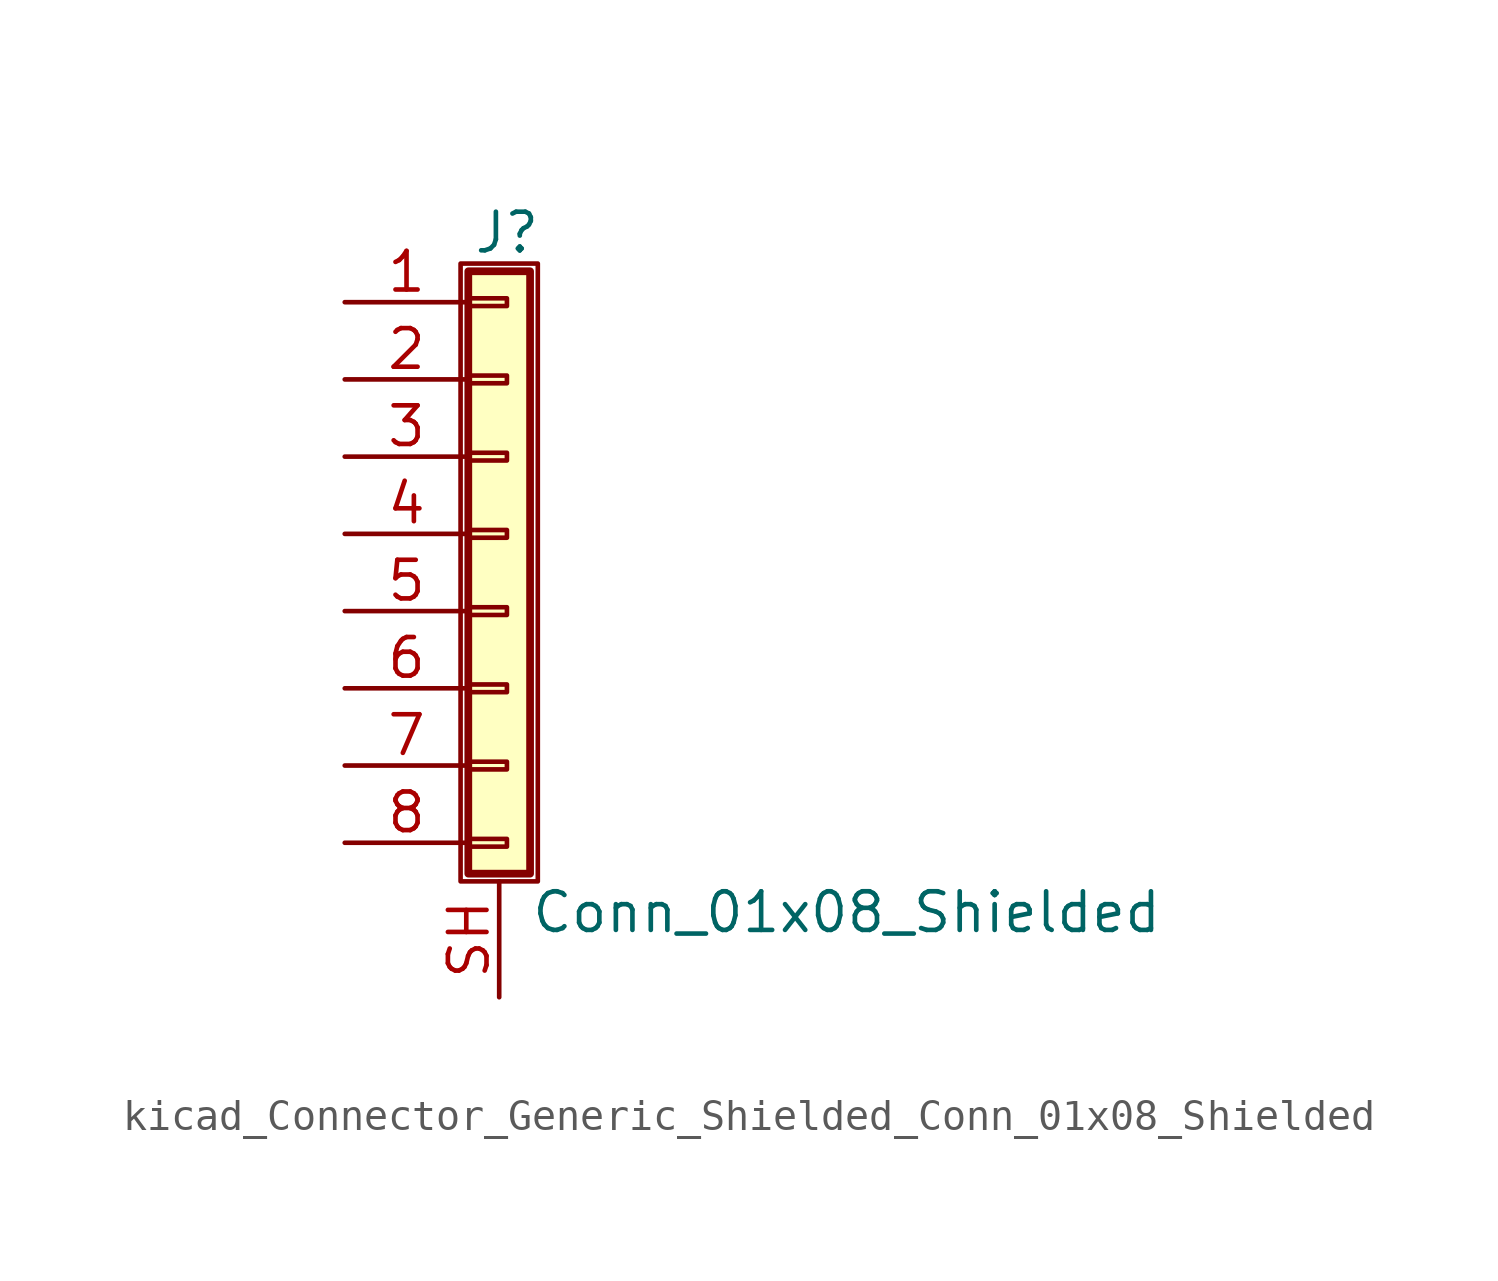
<source format=kicad_sym>
(kicad_symbol_lib
  (version 20220914)
  (generator kicad_symbol_editor)
  (symbol "kicad_Connector_Generic_Shielded_Conn_01x08_Shielded"
    (pin_names
      (offset 1.016) hide)
    (property "Reference" "J"
      (at 0.254 9.906 0)
      (effects (font (size 1.27 1.27))))
    (property "Value" "Conn_01x08_Shielded"
      (at 1.016 -12.446 0)
      (effects (font (size 1.27 1.27)) (justify left)))
    (symbol "kicad_Connector_Generic_Shielded_Conn_01x08_Shielded_1_1"
      (rectangle (start -1.27 8.89) (end 1.27 -11.43) (stroke (width 0.152) (type default)) (fill (type none)))
      (rectangle (start -1.016 -10.033) (end 0.254 -10.287) (stroke (width 0.152) (type default)) (fill (type none)))
      (rectangle (start -1.016 -7.493) (end 0.254 -7.747) (stroke (width 0.152) (type default)) (fill (type none)))
      (rectangle (start -1.016 -4.953) (end 0.254 -5.207) (stroke (width 0.152) (type default)) (fill (type none)))
      (rectangle (start -1.016 -2.413) (end 0.254 -2.667) (stroke (width 0.152) (type default)) (fill (type none)))
      (rectangle (start -1.016 0.127) (end 0.254 -0.127) (stroke (width 0.152) (type default)) (fill (type none)))
      (rectangle (start -1.016 2.667) (end 0.254 2.413) (stroke (width 0.152) (type default)) (fill (type none)))
      (rectangle (start -1.016 5.207) (end 0.254 4.953) (stroke (width 0.152) (type default)) (fill (type none)))
      (rectangle (start -1.016 7.747) (end 0.254 7.493) (stroke (width 0.152) (type default)) (fill (type none)))
      (rectangle (start -1.016 8.636) (end 1.016 -11.176) (stroke (width 0.254) (type default)) (fill (type background)))
      (pin passive line (at -5.08 7.62 0) (length 4.064) (name "Pin_1" (effects (font (size 1.27 1.27)))) (number "1" (effects (font (size 1.27 1.27)))))
      (pin passive line (at -5.08 5.08 0) (length 4.064) (name "Pin_2" (effects (font (size 1.27 1.27)))) (number "2" (effects (font (size 1.27 1.27)))))
      (pin passive line (at -5.08 2.54 0) (length 4.064) (name "Pin_3" (effects (font (size 1.27 1.27)))) (number "3" (effects (font (size 1.27 1.27)))))
      (pin passive line (at -5.08 0 0) (length 4.064) (name "Pin_4" (effects (font (size 1.27 1.27)))) (number "4" (effects (font (size 1.27 1.27)))))
      (pin passive line (at -5.08 -2.54 0) (length 4.064) (name "Pin_5" (effects (font (size 1.27 1.27)))) (number "5" (effects (font (size 1.27 1.27)))))
      (pin passive line (at -5.08 -5.08 0) (length 4.064) (name "Pin_6" (effects (font (size 1.27 1.27)))) (number "6" (effects (font (size 1.27 1.27)))))
      (pin passive line (at -5.08 -7.62 0) (length 4.064) (name "Pin_7" (effects (font (size 1.27 1.27)))) (number "7" (effects (font (size 1.27 1.27)))))
      (pin passive line (at -5.08 -10.16 0) (length 4.064) (name "Pin_8" (effects (font (size 1.27 1.27)))) (number "8" (effects (font (size 1.27 1.27)))))
      (pin passive line (at 0 -15.24 90) (length 3.81) (name "Shield" (effects (font (size 1.27 1.27)))) (number "SH" (effects (font (size 1.27 1.27))))))))
</source>
